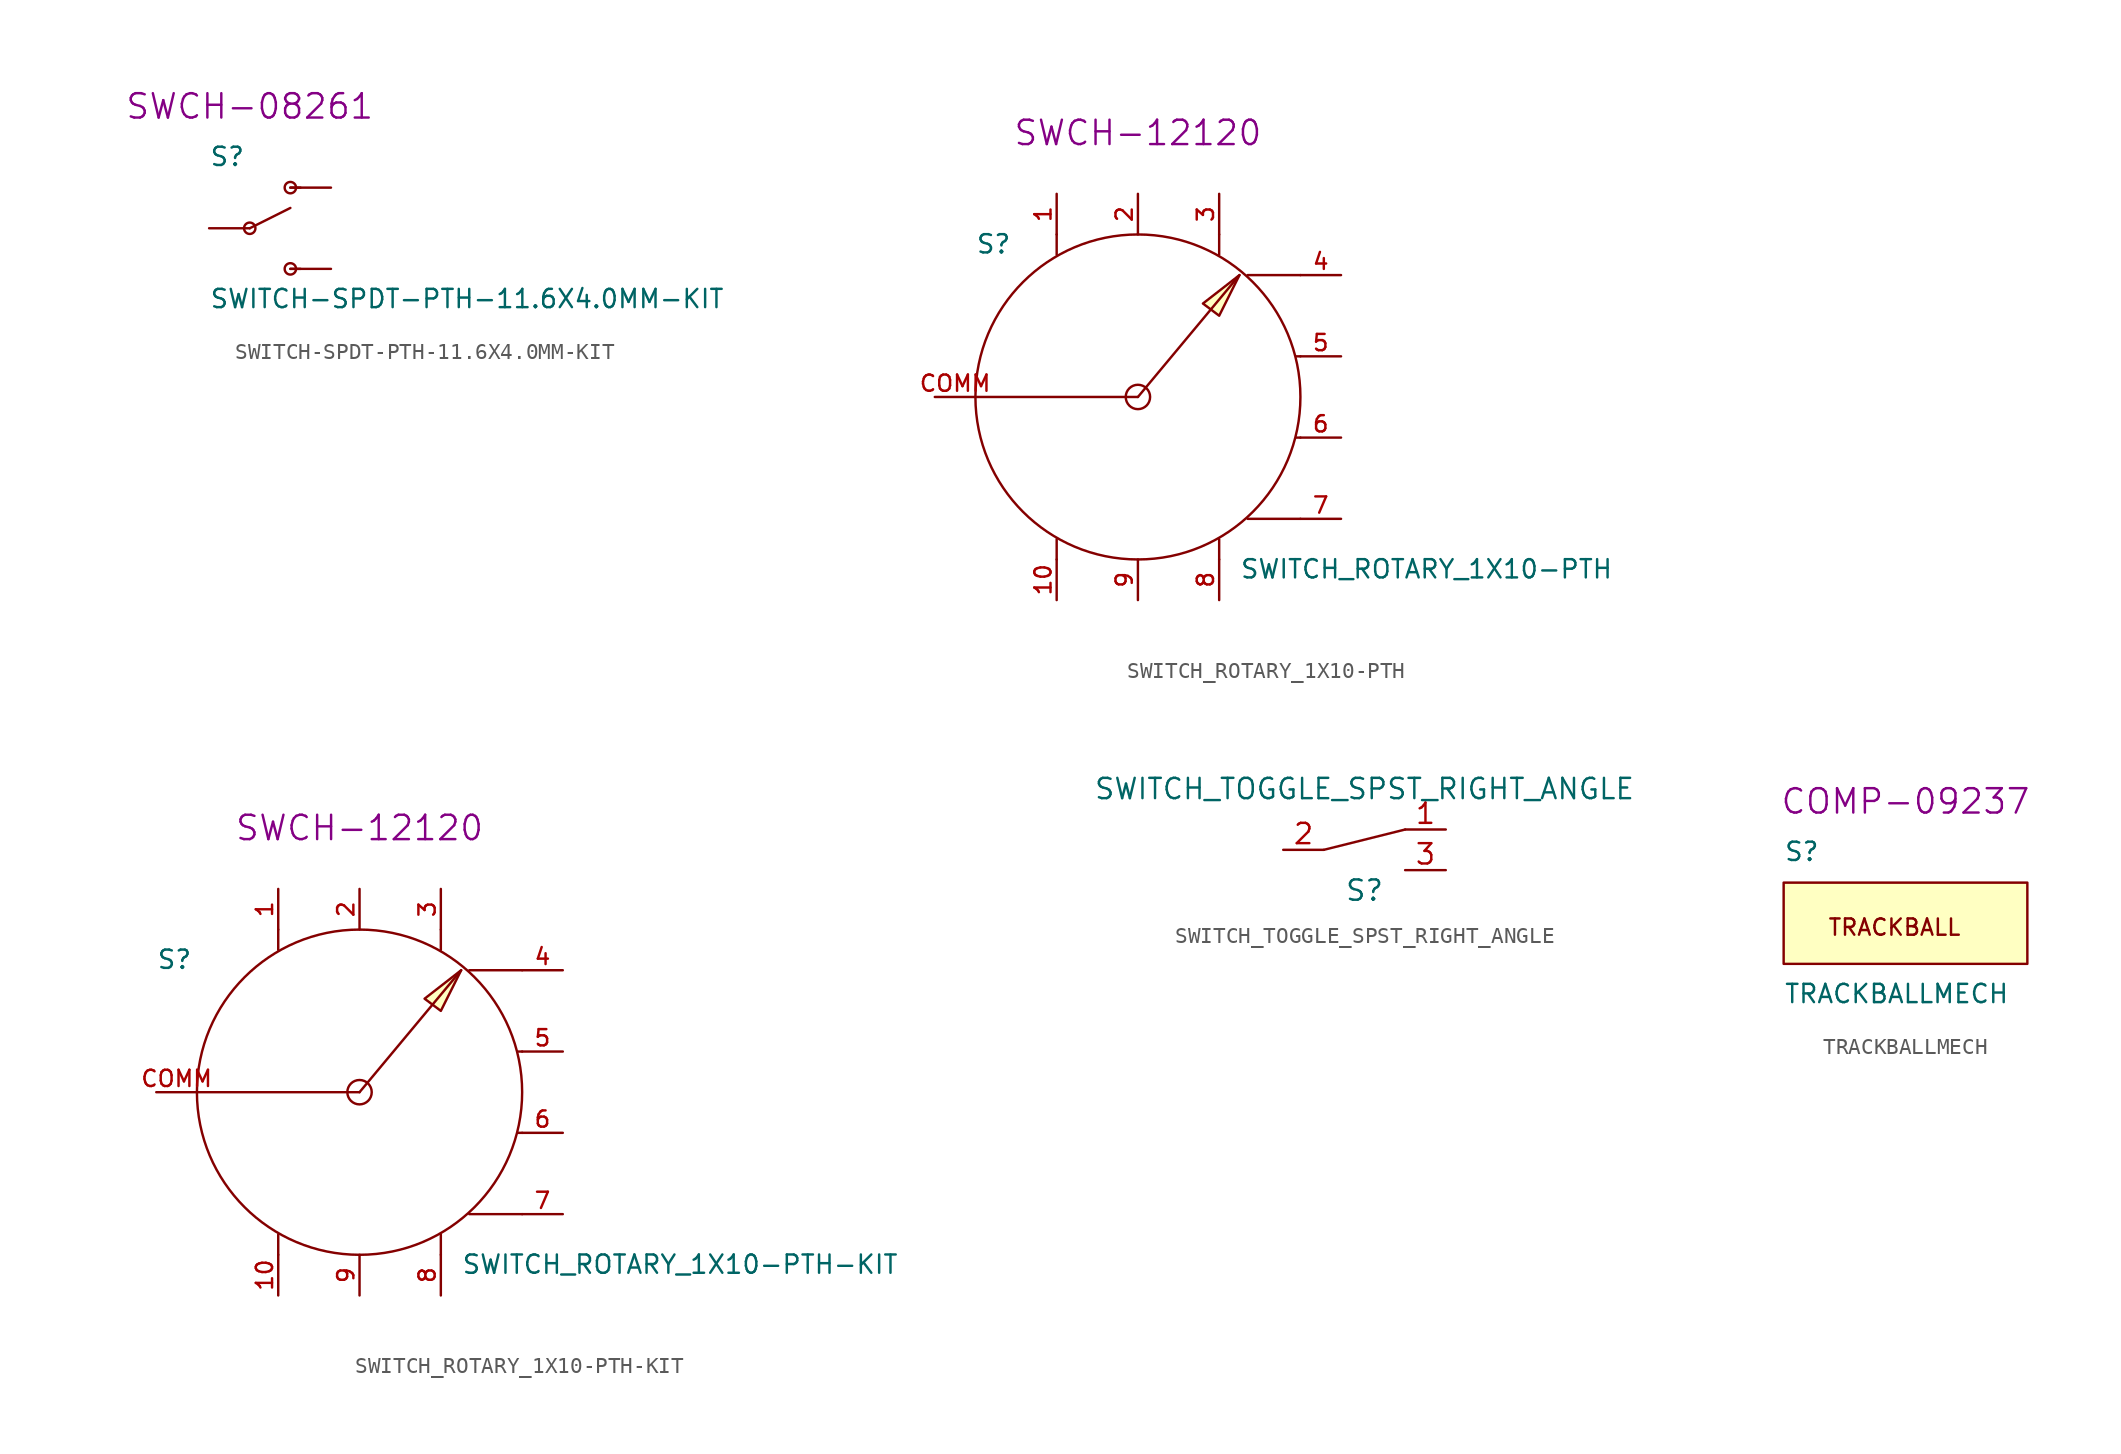
<source format=kicad_sym>
(kicad_symbol_lib
  (version 20211014)
  (generator kicad_symbol_editor)
  (symbol "SWITCH-SPDT-PTH-11.6X4.0MM-KIT"
    (pin_numbers hide)
    (pin_names
      (offset 1.016) hide)
    (property "Reference" "S"
      (at -2.54 3.81 0)
      (effects (font (size 1.143 1.143)) (justify left bottom)))
    (property "Value" "SWITCH-SPDT-PTH-11.6X4.0MM-KIT"
      (at -2.54 -5.08 0)
      (effects (font (size 1.143 1.143)) (justify left bottom)))
    (property "Field4" "SWCH-08261"
      (at 0 7.62 0)
      (effects (font (size 1.524 1.524))))
    (property "ki_locked" ""
      (at 0 0 0)
      (effects (font (size 1.27 1.27))))
    (symbol "SWITCH-SPDT-PTH-11.6X4.0MM-KIT_1_0"
      (polyline (pts (xy 0 0) (xy 2.54 1.27)) (stroke (width 0) (type default) (color 0 0 0 0)) (fill (type none)))
      (polyline (pts (xy 2.54 -2.54) (xy 3.175 -2.54)) (stroke (width 0) (type default) (color 0 0 0 0)) (fill (type none)))
      (polyline (pts (xy 2.54 2.54) (xy 3.175 2.54)) (stroke (width 0) (type default) (color 0 0 0 0)) (fill (type none))))
    (symbol "SWITCH-SPDT-PTH-11.6X4.0MM-KIT_1_1"
      (circle (center 0 0) (radius 0.356) (stroke (width 0) (type default) (color 0 0 0 0)) (fill (type none)))
      (circle (center 2.54 -2.54) (radius 0.356) (stroke (width 0) (type default) (color 0 0 0 0)) (fill (type none)))
      (circle (center 2.54 2.54) (radius 0.356) (stroke (width 0) (type default) (color 0 0 0 0)) (fill (type none)))
      (pin passive line (at 5.08 2.54 180) (length 2.54) (name "O" (effects (font (size 1.016 1.016)))) (number "1" (effects (font (size 1.016 1.016)))))
      (pin passive line (at -2.54 0 0) (length 2.54) (name "P" (effects (font (size 1.016 1.016)))) (number "2" (effects (font (size 1.016 1.016)))))
      (pin passive line (at 5.08 -2.54 180) (length 2.54) (name "S" (effects (font (size 1.016 1.016)))) (number "3" (effects (font (size 1.016 1.016)))))))
  (symbol "SWITCH_ROTARY_1X10-PTH"
    (pin_names
      (offset 1.016) hide)
    (property "Reference" "S"
      (at -10.16 8.89 0)
      (effects (font (size 1.143 1.143)) (justify left bottom)))
    (property "Value" "SWITCH_ROTARY_1X10-PTH"
      (at 6.35 -11.43 0)
      (effects (font (size 1.143 1.143)) (justify left bottom)))
    (property "Field4" "SWCH-12120"
      (at 0 16.51 0)
      (effects (font (size 1.524 1.524))))
    (property "ki_locked" ""
      (at 0 0 0)
      (effects (font (size 1.27 1.27))))
    (symbol "SWITCH_ROTARY_1X10-PTH_1_0"
      (polyline (pts (xy -5.08 -10.16) (xy -5.08 -8.89)) (stroke (width 0) (type default) (color 0 0 0 0)) (fill (type none)))
      (polyline (pts (xy -5.08 10.16) (xy -5.08 8.89)) (stroke (width 0) (type default) (color 0 0 0 0)) (fill (type none)))
      (polyline (pts (xy 0 0) (xy -10.16 0)) (stroke (width 0) (type default) (color 0 0 0 0)) (fill (type none)))
      (polyline (pts (xy 0 0) (xy 6.35 7.62)) (stroke (width 0) (type default) (color 0 0 0 0)) (fill (type none)))
      (polyline (pts (xy 5.08 -10.16) (xy 5.08 -8.89)) (stroke (width 0) (type default) (color 0 0 0 0)) (fill (type none)))
      (polyline (pts (xy 5.08 10.16) (xy 5.08 8.89)) (stroke (width 0) (type default) (color 0 0 0 0)) (fill (type none)))
      (polyline (pts (xy 10.16 -7.62) (xy 6.858 -7.62)) (stroke (width 0) (type default) (color 0 0 0 0)) (fill (type none)))
      (polyline (pts (xy 10.16 -2.54) (xy 9.906 -2.54)) (stroke (width 0) (type default) (color 0 0 0 0)) (fill (type none)))
      (polyline (pts (xy 10.16 2.54) (xy 9.906 2.54)) (stroke (width 0) (type default) (color 0 0 0 0)) (fill (type none)))
      (polyline (pts (xy 10.16 7.62) (xy 6.858 7.62)) (stroke (width 0) (type default) (color 0 0 0 0)) (fill (type none))))
    (symbol "SWITCH_ROTARY_1X10-PTH_1_1"
      (polyline (pts (xy 6.35 7.62) (xy 5.08 5.08) (xy 4.064 5.842) (xy 6.35 7.62)) (stroke (width 0) (type default) (color 0 0 0 0)) (fill (type background)))
      (circle (center 0 0) (radius 0.762) (stroke (width 0) (type default) (color 0 0 0 0)) (fill (type none)))
      (circle (center 0 0) (radius 10.16) (stroke (width 0) (type default) (color 0 0 0 0)) (fill (type none)))
      (pin bidirectional line (at -5.08 12.7 270) (length 2.54) (name "1" (effects (font (size 1.016 1.016)))) (number "1" (effects (font (size 1.016 1.016)))))
      (pin bidirectional line (at -5.08 -12.7 90) (length 2.54) (name "10" (effects (font (size 1.016 1.016)))) (number "10" (effects (font (size 1.016 1.016)))))
      (pin bidirectional line (at 0 12.7 270) (length 2.54) (name "2" (effects (font (size 1.016 1.016)))) (number "2" (effects (font (size 1.016 1.016)))))
      (pin bidirectional line (at 5.08 12.7 270) (length 2.54) (name "3" (effects (font (size 1.016 1.016)))) (number "3" (effects (font (size 1.016 1.016)))))
      (pin bidirectional line (at 12.7 7.62 180) (length 2.54) (name "4" (effects (font (size 1.016 1.016)))) (number "4" (effects (font (size 1.016 1.016)))))
      (pin bidirectional line (at 12.7 2.54 180) (length 2.54) (name "5" (effects (font (size 1.016 1.016)))) (number "5" (effects (font (size 1.016 1.016)))))
      (pin bidirectional line (at 12.7 -2.54 180) (length 2.54) (name "6" (effects (font (size 1.016 1.016)))) (number "6" (effects (font (size 1.016 1.016)))))
      (pin bidirectional line (at 12.7 -7.62 180) (length 2.54) (name "7" (effects (font (size 1.016 1.016)))) (number "7" (effects (font (size 1.016 1.016)))))
      (pin bidirectional line (at 5.08 -12.7 90) (length 2.54) (name "8" (effects (font (size 1.016 1.016)))) (number "8" (effects (font (size 1.016 1.016)))))
      (pin bidirectional line (at 0 -12.7 90) (length 2.54) (name "9" (effects (font (size 1.016 1.016)))) (number "9" (effects (font (size 1.016 1.016)))))
      (pin bidirectional line (at -12.7 0 0) (length 2.54) (name "COMMON" (effects (font (size 1.016 1.016)))) (number "COMM" (effects (font (size 1.016 1.016)))))))
  (symbol "SWITCH_ROTARY_1X10-PTH-KIT"
    (pin_names
      (offset 1.016) hide)
    (property "Reference" "S"
      (at -12.7 7.62 0)
      (effects (font (size 1.143 1.143)) (justify left bottom)))
    (property "Value" "SWITCH_ROTARY_1X10-PTH-KIT"
      (at 6.35 -11.43 0)
      (effects (font (size 1.143 1.143)) (justify left bottom)))
    (property "Field4" "SWCH-12120"
      (at 0 16.51 0)
      (effects (font (size 1.524 1.524))))
    (property "ki_locked" ""
      (at 0 0 0)
      (effects (font (size 1.27 1.27))))
    (symbol "SWITCH_ROTARY_1X10-PTH-KIT_1_0"
      (polyline (pts (xy -5.08 -10.16) (xy -5.08 -8.89)) (stroke (width 0) (type default) (color 0 0 0 0)) (fill (type none)))
      (polyline (pts (xy -5.08 10.16) (xy -5.08 8.89)) (stroke (width 0) (type default) (color 0 0 0 0)) (fill (type none)))
      (polyline (pts (xy 0 0) (xy -10.16 0)) (stroke (width 0) (type default) (color 0 0 0 0)) (fill (type none)))
      (polyline (pts (xy 0 0) (xy 6.35 7.62)) (stroke (width 0) (type default) (color 0 0 0 0)) (fill (type none)))
      (polyline (pts (xy 5.08 -10.16) (xy 5.08 -8.89)) (stroke (width 0) (type default) (color 0 0 0 0)) (fill (type none)))
      (polyline (pts (xy 5.08 10.16) (xy 5.08 8.89)) (stroke (width 0) (type default) (color 0 0 0 0)) (fill (type none)))
      (polyline (pts (xy 10.16 -7.62) (xy 6.858 -7.62)) (stroke (width 0) (type default) (color 0 0 0 0)) (fill (type none)))
      (polyline (pts (xy 10.16 -2.54) (xy 9.906 -2.54)) (stroke (width 0) (type default) (color 0 0 0 0)) (fill (type none)))
      (polyline (pts (xy 10.16 2.54) (xy 9.906 2.54)) (stroke (width 0) (type default) (color 0 0 0 0)) (fill (type none)))
      (polyline (pts (xy 10.16 7.62) (xy 6.858 7.62)) (stroke (width 0) (type default) (color 0 0 0 0)) (fill (type none))))
    (symbol "SWITCH_ROTARY_1X10-PTH-KIT_1_1"
      (polyline (pts (xy 6.35 7.62) (xy 5.08 5.08) (xy 4.064 5.842) (xy 6.35 7.62)) (stroke (width 0) (type default) (color 0 0 0 0)) (fill (type background)))
      (circle (center 0 0) (radius 0.762) (stroke (width 0) (type default) (color 0 0 0 0)) (fill (type none)))
      (circle (center 0 0) (radius 10.16) (stroke (width 0) (type default) (color 0 0 0 0)) (fill (type none)))
      (pin bidirectional line (at -5.08 12.7 270) (length 2.54) (name "1" (effects (font (size 1.016 1.016)))) (number "1" (effects (font (size 1.016 1.016)))))
      (pin bidirectional line (at -5.08 -12.7 90) (length 2.54) (name "10" (effects (font (size 1.016 1.016)))) (number "10" (effects (font (size 1.016 1.016)))))
      (pin bidirectional line (at 0 12.7 270) (length 2.54) (name "2" (effects (font (size 1.016 1.016)))) (number "2" (effects (font (size 1.016 1.016)))))
      (pin bidirectional line (at 5.08 12.7 270) (length 2.54) (name "3" (effects (font (size 1.016 1.016)))) (number "3" (effects (font (size 1.016 1.016)))))
      (pin bidirectional line (at 12.7 7.62 180) (length 2.54) (name "4" (effects (font (size 1.016 1.016)))) (number "4" (effects (font (size 1.016 1.016)))))
      (pin bidirectional line (at 12.7 2.54 180) (length 2.54) (name "5" (effects (font (size 1.016 1.016)))) (number "5" (effects (font (size 1.016 1.016)))))
      (pin bidirectional line (at 12.7 -2.54 180) (length 2.54) (name "6" (effects (font (size 1.016 1.016)))) (number "6" (effects (font (size 1.016 1.016)))))
      (pin bidirectional line (at 12.7 -7.62 180) (length 2.54) (name "7" (effects (font (size 1.016 1.016)))) (number "7" (effects (font (size 1.016 1.016)))))
      (pin bidirectional line (at 5.08 -12.7 90) (length 2.54) (name "8" (effects (font (size 1.016 1.016)))) (number "8" (effects (font (size 1.016 1.016)))))
      (pin bidirectional line (at 0 -12.7 90) (length 2.54) (name "9" (effects (font (size 1.016 1.016)))) (number "9" (effects (font (size 1.016 1.016)))))
      (pin bidirectional line (at -12.7 0 0) (length 2.54) (name "COMMON" (effects (font (size 1.016 1.016)))) (number "COMM" (effects (font (size 1.016 1.016)))))))
  (symbol "SWITCH_TOGGLE_SPST_RIGHT_ANGLE"
    (pin_names
      (offset 1.016))
    (property "Reference" "S"
      (at 0 -2.54 0)
      (effects (font (size 1.27 1.27))))
    (property "Value" "SWITCH_TOGGLE_SPST_RIGHT_ANGLE"
      (at 0 3.81 0)
      (effects (font (size 1.27 1.27))))
    (symbol "SWITCH_TOGGLE_SPST_RIGHT_ANGLE_0_1"
      (polyline (pts (xy -2.54 0) (xy 2.54 1.27)) (stroke (width 0) (type default) (color 0 0 0 0)) (fill (type none))))
    (symbol "SWITCH_TOGGLE_SPST_RIGHT_ANGLE_1_1"
      (pin output line (at 5.08 1.27 180) (length 2.54) (name "~" (effects (font (size 1.27 1.27)))) (number "1" (effects (font (size 1.27 1.27)))))
      (pin input line (at -5.08 0 0) (length 2.54) (name "~" (effects (font (size 1.27 1.27)))) (number "2" (effects (font (size 1.27 1.27)))))
      (pin output line (at 5.08 -1.27 180) (length 2.54) (name "~" (effects (font (size 1.27 1.27)))) (number "3" (effects (font (size 1.27 1.27)))))))
  (symbol "TRACKBALLMECH"
    (pin_numbers hide)
    (pin_names
      (offset 1.016) hide)
    (property "Reference" "S"
      (at -7.62 3.81 0)
      (effects (font (size 1.143 1.143)) (justify left bottom)))
    (property "Value" "TRACKBALLMECH"
      (at -7.62 -5.08 0)
      (effects (font (size 1.143 1.143)) (justify left bottom)))
    (property "Field4" "COMP-09237"
      (at 0 7.62 0)
      (effects (font (size 1.524 1.524))))
    (property "ki_locked" ""
      (at 0 0 0)
      (effects (font (size 1.27 1.27))))
    (symbol "TRACKBALLMECH_1_0"
      (text "TRACKBALL" (at -0.686 -0.254 0) (effects (font (size 1.016 1.016)))))
    (symbol "TRACKBALLMECH_1_1"
      (polyline (pts (xy -7.62 2.54) (xy 7.62 2.54) (xy 7.62 -2.54) (xy -7.62 -2.54) (xy -7.62 2.54)) (stroke (width 0) (type default) (color 0 0 0 0)) (fill (type background))))))
</source>
